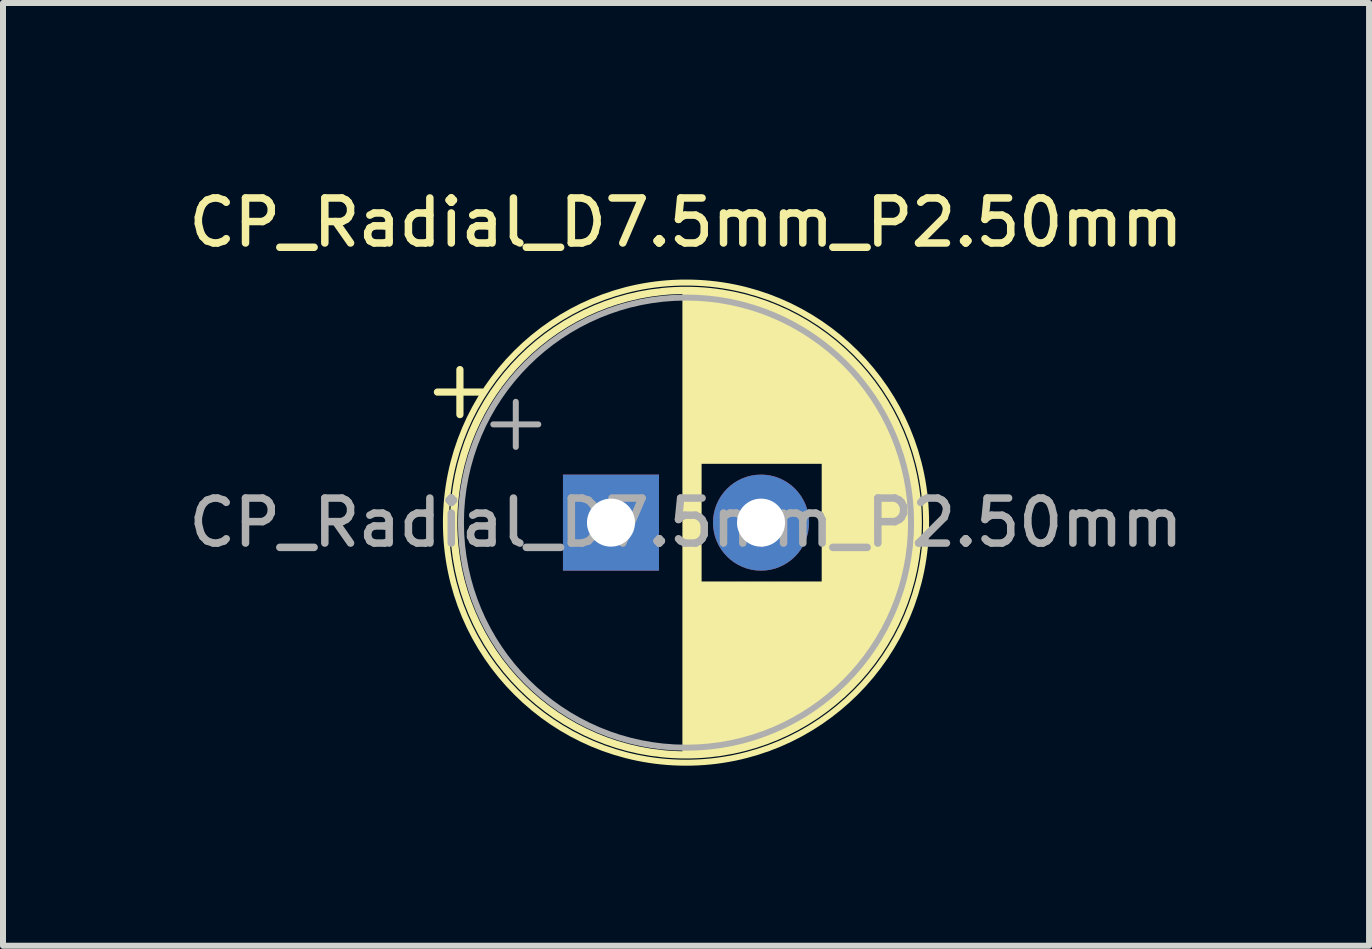
<source format=kicad_pcb>
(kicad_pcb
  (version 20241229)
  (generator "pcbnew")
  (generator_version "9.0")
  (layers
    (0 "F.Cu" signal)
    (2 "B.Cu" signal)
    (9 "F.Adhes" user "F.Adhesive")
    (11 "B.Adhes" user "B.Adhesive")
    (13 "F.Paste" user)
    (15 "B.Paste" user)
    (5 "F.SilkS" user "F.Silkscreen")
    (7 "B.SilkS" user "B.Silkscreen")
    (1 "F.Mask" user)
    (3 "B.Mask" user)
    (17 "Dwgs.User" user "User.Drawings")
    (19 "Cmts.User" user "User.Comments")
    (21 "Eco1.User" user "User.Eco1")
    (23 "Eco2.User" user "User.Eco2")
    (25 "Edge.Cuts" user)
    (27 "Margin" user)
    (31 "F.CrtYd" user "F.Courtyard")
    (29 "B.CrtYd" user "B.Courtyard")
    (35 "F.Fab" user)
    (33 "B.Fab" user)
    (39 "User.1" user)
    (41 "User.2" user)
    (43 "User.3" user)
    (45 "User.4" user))
  (footprint "CP_Radial_D7.5mm_P2.50mm"
    (layer "F.Cu")
    (at 7.13 5.658)
    (property "Reference" "CP_Radial_D7.5mm_P2.50mm" (at 1.25 -5 0) (layer "F.SilkS") (effects (font (size 0.75 0.75) (thickness 0.125))))
    (attr through_hole)
    (fp_line (start -2.892 -2.175) (end -2.142 -2.175) (stroke (width 0.12) (type solid)) (layer "F.SilkS"))
    (fp_line (start -2.517 -2.55) (end -2.517 -1.8) (stroke (width 0.12) (type solid)) (layer "F.SilkS"))
    (fp_line (start 1.25 -3.83) (end 1.25 3.83) (stroke (width 0.12) (type solid)) (layer "F.SilkS"))
    (fp_line (start 1.29 -3.83) (end 1.29 3.83) (stroke (width 0.12) (type solid)) (layer "F.SilkS"))
    (fp_line (start 1.33 -3.83) (end 1.33 3.83) (stroke (width 0.12) (type solid)) (layer "F.SilkS"))
    (fp_line (start 1.37 -3.829) (end 1.37 3.829) (stroke (width 0.12) (type solid)) (layer "F.SilkS"))
    (fp_line (start 1.41 -3.827) (end 1.41 3.827) (stroke (width 0.12) (type solid)) (layer "F.SilkS"))
    (fp_line (start 1.45 -3.825) (end 1.45 3.825) (stroke (width 0.12) (type solid)) (layer "F.SilkS"))
    (fp_line (start 1.49 -3.823) (end 1.49 -1.04) (stroke (width 0.12) (type solid)) (layer "F.SilkS"))
    (fp_line (start 1.49 1.04) (end 1.49 3.823) (stroke (width 0.12) (type solid)) (layer "F.SilkS"))
    (fp_line (start 1.53 -3.82) (end 1.53 -1.04) (stroke (width 0.12) (type solid)) (layer "F.SilkS"))
    (fp_line (start 1.53 1.04) (end 1.53 3.82) (stroke (width 0.12) (type solid)) (layer "F.SilkS"))
    (fp_line (start 1.57 -3.817) (end 1.57 -1.04) (stroke (width 0.12) (type solid)) (layer "F.SilkS"))
    (fp_line (start 1.57 1.04) (end 1.57 3.817) (stroke (width 0.12) (type solid)) (layer "F.SilkS"))
    (fp_line (start 1.61 -3.814) (end 1.61 -1.04) (stroke (width 0.12) (type solid)) (layer "F.SilkS"))
    (fp_line (start 1.61 1.04) (end 1.61 3.814) (stroke (width 0.12) (type solid)) (layer "F.SilkS"))
    (fp_line (start 1.65 -3.81) (end 1.65 -1.04) (stroke (width 0.12) (type solid)) (layer "F.SilkS"))
    (fp_line (start 1.65 1.04) (end 1.65 3.81) (stroke (width 0.12) (type solid)) (layer "F.SilkS"))
    (fp_line (start 1.69 -3.805) (end 1.69 -1.04) (stroke (width 0.12) (type solid)) (layer "F.SilkS"))
    (fp_line (start 1.69 1.04) (end 1.69 3.805) (stroke (width 0.12) (type solid)) (layer "F.SilkS"))
    (fp_line (start 1.73 -3.801) (end 1.73 -1.04) (stroke (width 0.12) (type solid)) (layer "F.SilkS"))
    (fp_line (start 1.73 1.04) (end 1.73 3.801) (stroke (width 0.12) (type solid)) (layer "F.SilkS"))
    (fp_line (start 1.77 -3.795) (end 1.77 -1.04) (stroke (width 0.12) (type solid)) (layer "F.SilkS"))
    (fp_line (start 1.77 1.04) (end 1.77 3.795) (stroke (width 0.12) (type solid)) (layer "F.SilkS"))
    (fp_line (start 1.81 -3.79) (end 1.81 -1.04) (stroke (width 0.12) (type solid)) (layer "F.SilkS"))
    (fp_line (start 1.81 1.04) (end 1.81 3.79) (stroke (width 0.12) (type solid)) (layer "F.SilkS"))
    (fp_line (start 1.85 -3.784) (end 1.85 -1.04) (stroke (width 0.12) (type solid)) (layer "F.SilkS"))
    (fp_line (start 1.85 1.04) (end 1.85 3.784) (stroke (width 0.12) (type solid)) (layer "F.SilkS"))
    (fp_line (start 1.89 -3.777) (end 1.89 -1.04) (stroke (width 0.12) (type solid)) (layer "F.SilkS"))
    (fp_line (start 1.89 1.04) (end 1.89 3.777) (stroke (width 0.12) (type solid)) (layer "F.SilkS"))
    (fp_line (start 1.93 -3.77) (end 1.93 -1.04) (stroke (width 0.12) (type solid)) (layer "F.SilkS"))
    (fp_line (start 1.93 1.04) (end 1.93 3.77) (stroke (width 0.12) (type solid)) (layer "F.SilkS"))
    (fp_line (start 1.971 -3.763) (end 1.971 -1.04) (stroke (width 0.12) (type solid)) (layer "F.SilkS"))
    (fp_line (start 1.971 1.04) (end 1.971 3.763) (stroke (width 0.12) (type solid)) (layer "F.SilkS"))
    (fp_line (start 2.011 -3.755) (end 2.011 -1.04) (stroke (width 0.12) (type solid)) (layer "F.SilkS"))
    (fp_line (start 2.011 1.04) (end 2.011 3.755) (stroke (width 0.12) (type solid)) (layer "F.SilkS"))
    (fp_line (start 2.051 -3.747) (end 2.051 -1.04) (stroke (width 0.12) (type solid)) (layer "F.SilkS"))
    (fp_line (start 2.051 1.04) (end 2.051 3.747) (stroke (width 0.12) (type solid)) (layer "F.SilkS"))
    (fp_line (start 2.091 -3.738) (end 2.091 -1.04) (stroke (width 0.12) (type solid)) (layer "F.SilkS"))
    (fp_line (start 2.091 1.04) (end 2.091 3.738) (stroke (width 0.12) (type solid)) (layer "F.SilkS"))
    (fp_line (start 2.131 -3.729) (end 2.131 -1.04) (stroke (width 0.12) (type solid)) (layer "F.SilkS"))
    (fp_line (start 2.131 1.04) (end 2.131 3.729) (stroke (width 0.12) (type solid)) (layer "F.SilkS"))
    (fp_line (start 2.171 -3.72) (end 2.171 -1.04) (stroke (width 0.12) (type solid)) (layer "F.SilkS"))
    (fp_line (start 2.171 1.04) (end 2.171 3.72) (stroke (width 0.12) (type solid)) (layer "F.SilkS"))
    (fp_line (start 2.211 -3.71) (end 2.211 -1.04) (stroke (width 0.12) (type solid)) (layer "F.SilkS"))
    (fp_line (start 2.211 1.04) (end 2.211 3.71) (stroke (width 0.12) (type solid)) (layer "F.SilkS"))
    (fp_line (start 2.251 -3.699) (end 2.251 -1.04) (stroke (width 0.12) (type solid)) (layer "F.SilkS"))
    (fp_line (start 2.251 1.04) (end 2.251 3.699) (stroke (width 0.12) (type solid)) (layer "F.SilkS"))
    (fp_line (start 2.291 -3.688) (end 2.291 -1.04) (stroke (width 0.12) (type solid)) (layer "F.SilkS"))
    (fp_line (start 2.291 1.04) (end 2.291 3.688) (stroke (width 0.12) (type solid)) (layer "F.SilkS"))
    (fp_line (start 2.331 -3.677) (end 2.331 -1.04) (stroke (width 0.12) (type solid)) (layer "F.SilkS"))
    (fp_line (start 2.331 1.04) (end 2.331 3.677) (stroke (width 0.12) (type solid)) (layer "F.SilkS"))
    (fp_line (start 2.371 -3.665) (end 2.371 -1.04) (stroke (width 0.12) (type solid)) (layer "F.SilkS"))
    (fp_line (start 2.371 1.04) (end 2.371 3.665) (stroke (width 0.12) (type solid)) (layer "F.SilkS"))
    (fp_line (start 2.411 -3.653) (end 2.411 -1.04) (stroke (width 0.12) (type solid)) (layer "F.SilkS"))
    (fp_line (start 2.411 1.04) (end 2.411 3.653) (stroke (width 0.12) (type solid)) (layer "F.SilkS"))
    (fp_line (start 2.451 -3.64) (end 2.451 -1.04) (stroke (width 0.12) (type solid)) (layer "F.SilkS"))
    (fp_line (start 2.451 1.04) (end 2.451 3.64) (stroke (width 0.12) (type solid)) (layer "F.SilkS"))
    (fp_line (start 2.491 -3.626) (end 2.491 -1.04) (stroke (width 0.12) (type solid)) (layer "F.SilkS"))
    (fp_line (start 2.491 1.04) (end 2.491 3.626) (stroke (width 0.12) (type solid)) (layer "F.SilkS"))
    (fp_line (start 2.531 -3.613) (end 2.531 -1.04) (stroke (width 0.12) (type solid)) (layer "F.SilkS"))
    (fp_line (start 2.531 1.04) (end 2.531 3.613) (stroke (width 0.12) (type solid)) (layer "F.SilkS"))
    (fp_line (start 2.571 -3.598) (end 2.571 -1.04) (stroke (width 0.12) (type solid)) (layer "F.SilkS"))
    (fp_line (start 2.571 1.04) (end 2.571 3.598) (stroke (width 0.12) (type solid)) (layer "F.SilkS"))
    (fp_line (start 2.611 -3.584) (end 2.611 -1.04) (stroke (width 0.12) (type solid)) (layer "F.SilkS"))
    (fp_line (start 2.611 1.04) (end 2.611 3.584) (stroke (width 0.12) (type solid)) (layer "F.SilkS"))
    (fp_line (start 2.651 -3.568) (end 2.651 -1.04) (stroke (width 0.12) (type solid)) (layer "F.SilkS"))
    (fp_line (start 2.651 1.04) (end 2.651 3.568) (stroke (width 0.12) (type solid)) (layer "F.SilkS"))
    (fp_line (start 2.691 -3.553) (end 2.691 -1.04) (stroke (width 0.12) (type solid)) (layer "F.SilkS"))
    (fp_line (start 2.691 1.04) (end 2.691 3.553) (stroke (width 0.12) (type solid)) (layer "F.SilkS"))
    (fp_line (start 2.731 -3.536) (end 2.731 -1.04) (stroke (width 0.12) (type solid)) (layer "F.SilkS"))
    (fp_line (start 2.731 1.04) (end 2.731 3.536) (stroke (width 0.12) (type solid)) (layer "F.SilkS"))
    (fp_line (start 2.771 -3.52) (end 2.771 -1.04) (stroke (width 0.12) (type solid)) (layer "F.SilkS"))
    (fp_line (start 2.771 1.04) (end 2.771 3.52) (stroke (width 0.12) (type solid)) (layer "F.SilkS"))
    (fp_line (start 2.811 -3.502) (end 2.811 -1.04) (stroke (width 0.12) (type solid)) (layer "F.SilkS"))
    (fp_line (start 2.811 1.04) (end 2.811 3.502) (stroke (width 0.12) (type solid)) (layer "F.SilkS"))
    (fp_line (start 2.851 -3.484) (end 2.851 -1.04) (stroke (width 0.12) (type solid)) (layer "F.SilkS"))
    (fp_line (start 2.851 1.04) (end 2.851 3.484) (stroke (width 0.12) (type solid)) (layer "F.SilkS"))
    (fp_line (start 2.891 -3.466) (end 2.891 -1.04) (stroke (width 0.12) (type solid)) (layer "F.SilkS"))
    (fp_line (start 2.891 1.04) (end 2.891 3.466) (stroke (width 0.12) (type solid)) (layer "F.SilkS"))
    (fp_line (start 2.931 -3.447) (end 2.931 -1.04) (stroke (width 0.12) (type solid)) (layer "F.SilkS"))
    (fp_line (start 2.931 1.04) (end 2.931 3.447) (stroke (width 0.12) (type solid)) (layer "F.SilkS"))
    (fp_line (start 2.971 -3.427) (end 2.971 -1.04) (stroke (width 0.12) (type solid)) (layer "F.SilkS"))
    (fp_line (start 2.971 1.04) (end 2.971 3.427) (stroke (width 0.12) (type solid)) (layer "F.SilkS"))
    (fp_line (start 3.011 -3.407) (end 3.011 -1.04) (stroke (width 0.12) (type solid)) (layer "F.SilkS"))
    (fp_line (start 3.011 1.04) (end 3.011 3.407) (stroke (width 0.12) (type solid)) (layer "F.SilkS"))
    (fp_line (start 3.051 -3.386) (end 3.051 -1.04) (stroke (width 0.12) (type solid)) (layer "F.SilkS"))
    (fp_line (start 3.051 1.04) (end 3.051 3.386) (stroke (width 0.12) (type solid)) (layer "F.SilkS"))
    (fp_line (start 3.091 -3.365) (end 3.091 -1.04) (stroke (width 0.12) (type solid)) (layer "F.SilkS"))
    (fp_line (start 3.091 1.04) (end 3.091 3.365) (stroke (width 0.12) (type solid)) (layer "F.SilkS"))
    (fp_line (start 3.131 -3.343) (end 3.131 -1.04) (stroke (width 0.12) (type solid)) (layer "F.SilkS"))
    (fp_line (start 3.131 1.04) (end 3.131 3.343) (stroke (width 0.12) (type solid)) (layer "F.SilkS"))
    (fp_line (start 3.171 -3.321) (end 3.171 -1.04) (stroke (width 0.12) (type solid)) (layer "F.SilkS"))
    (fp_line (start 3.171 1.04) (end 3.171 3.321) (stroke (width 0.12) (type solid)) (layer "F.SilkS"))
    (fp_line (start 3.211 -3.297) (end 3.211 -1.04) (stroke (width 0.12) (type solid)) (layer "F.SilkS"))
    (fp_line (start 3.211 1.04) (end 3.211 3.297) (stroke (width 0.12) (type solid)) (layer "F.SilkS"))
    (fp_line (start 3.251 -3.274) (end 3.251 -1.04) (stroke (width 0.12) (type solid)) (layer "F.SilkS"))
    (fp_line (start 3.251 1.04) (end 3.251 3.274) (stroke (width 0.12) (type solid)) (layer "F.SilkS"))
    (fp_line (start 3.291 -3.249) (end 3.291 -1.04) (stroke (width 0.12) (type solid)) (layer "F.SilkS"))
    (fp_line (start 3.291 1.04) (end 3.291 3.249) (stroke (width 0.12) (type solid)) (layer "F.SilkS"))
    (fp_line (start 3.331 -3.224) (end 3.331 -1.04) (stroke (width 0.12) (type solid)) (layer "F.SilkS"))
    (fp_line (start 3.331 1.04) (end 3.331 3.224) (stroke (width 0.12) (type solid)) (layer "F.SilkS"))
    (fp_line (start 3.371 -3.198) (end 3.371 -1.04) (stroke (width 0.12) (type solid)) (layer "F.SilkS"))
    (fp_line (start 3.371 1.04) (end 3.371 3.198) (stroke (width 0.12) (type solid)) (layer "F.SilkS"))
    (fp_line (start 3.411 -3.172) (end 3.411 -1.04) (stroke (width 0.12) (type solid)) (layer "F.SilkS"))
    (fp_line (start 3.411 1.04) (end 3.411 3.172) (stroke (width 0.12) (type solid)) (layer "F.SilkS"))
    (fp_line (start 3.451 -3.144) (end 3.451 -1.04) (stroke (width 0.12) (type solid)) (layer "F.SilkS"))
    (fp_line (start 3.451 1.04) (end 3.451 3.144) (stroke (width 0.12) (type solid)) (layer "F.SilkS"))
    (fp_line (start 3.491 -3.116) (end 3.491 -1.04) (stroke (width 0.12) (type solid)) (layer "F.SilkS"))
    (fp_line (start 3.491 1.04) (end 3.491 3.116) (stroke (width 0.12) (type solid)) (layer "F.SilkS"))
    (fp_line (start 3.531 -3.088) (end 3.531 -1.04) (stroke (width 0.12) (type solid)) (layer "F.SilkS"))
    (fp_line (start 3.531 1.04) (end 3.531 3.088) (stroke (width 0.12) (type solid)) (layer "F.SilkS"))
    (fp_line (start 3.571 -3.058) (end 3.571 3.058) (stroke (width 0.12) (type solid)) (layer "F.SilkS"))
    (fp_line (start 3.611 -3.028) (end 3.611 3.028) (stroke (width 0.12) (type solid)) (layer "F.SilkS"))
    (fp_line (start 3.651 -2.996) (end 3.651 2.996) (stroke (width 0.12) (type solid)) (layer "F.SilkS"))
    (fp_line (start 3.691 -2.964) (end 3.691 2.964) (stroke (width 0.12) (type solid)) (layer "F.SilkS"))
    (fp_line (start 3.731 -2.931) (end 3.731 2.931) (stroke (width 0.12) (type solid)) (layer "F.SilkS"))
    (fp_line (start 3.771 -2.898) (end 3.771 2.898) (stroke (width 0.12) (type solid)) (layer "F.SilkS"))
    (fp_line (start 3.811 -2.863) (end 3.811 2.863) (stroke (width 0.12) (type solid)) (layer "F.SilkS"))
    (fp_line (start 3.851 -2.827) (end 3.851 2.827) (stroke (width 0.12) (type solid)) (layer "F.SilkS"))
    (fp_line (start 3.891 -2.79) (end 3.891 2.79) (stroke (width 0.12) (type solid)) (layer "F.SilkS"))
    (fp_line (start 3.931 -2.752) (end 3.931 2.752) (stroke (width 0.12) (type solid)) (layer "F.SilkS"))
    (fp_line (start 3.971 -2.713) (end 3.971 2.713) (stroke (width 0.12) (type solid)) (layer "F.SilkS"))
    (fp_line (start 4.011 -2.673) (end 4.011 2.673) (stroke (width 0.12) (type solid)) (layer "F.SilkS"))
    (fp_line (start 4.051 -2.632) (end 4.051 2.632) (stroke (width 0.12) (type solid)) (layer "F.SilkS"))
    (fp_line (start 4.091 -2.589) (end 4.091 2.589) (stroke (width 0.12) (type solid)) (layer "F.SilkS"))
    (fp_line (start 4.131 -2.546) (end 4.131 2.546) (stroke (width 0.12) (type solid)) (layer "F.SilkS"))
    (fp_line (start 4.171 -2.5) (end 4.171 2.5) (stroke (width 0.12) (type solid)) (layer "F.SilkS"))
    (fp_line (start 4.211 -2.454) (end 4.211 2.454) (stroke (width 0.12) (type solid)) (layer "F.SilkS"))
    (fp_line (start 4.251 -2.405) (end 4.251 2.405) (stroke (width 0.12) (type solid)) (layer "F.SilkS"))
    (fp_line (start 4.291 -2.355) (end 4.291 2.355) (stroke (width 0.12) (type solid)) (layer "F.SilkS"))
    (fp_line (start 4.331 -2.304) (end 4.331 2.304) (stroke (width 0.12) (type solid)) (layer "F.SilkS"))
    (fp_line (start 4.371 -2.25) (end 4.371 2.25) (stroke (width 0.12) (type solid)) (layer "F.SilkS"))
    (fp_line (start 4.411 -2.195) (end 4.411 2.195) (stroke (width 0.12) (type solid)) (layer "F.SilkS"))
    (fp_line (start 4.451 -2.137) (end 4.451 2.137) (stroke (width 0.12) (type solid)) (layer "F.SilkS"))
    (fp_line (start 4.491 -2.077) (end 4.491 2.077) (stroke (width 0.12) (type solid)) (layer "F.SilkS"))
    (fp_line (start 4.531 -2.014) (end 4.531 2.014) (stroke (width 0.12) (type solid)) (layer "F.SilkS"))
    (fp_line (start 4.571 -1.949) (end 4.571 1.949) (stroke (width 0.12) (type solid)) (layer "F.SilkS"))
    (fp_line (start 4.611 -1.881) (end 4.611 1.881) (stroke (width 0.12) (type solid)) (layer "F.SilkS"))
    (fp_line (start 4.651 -1.809) (end 4.651 1.809) (stroke (width 0.12) (type solid)) (layer "F.SilkS"))
    (fp_line (start 4.691 -1.733) (end 4.691 1.733) (stroke (width 0.12) (type solid)) (layer "F.SilkS"))
    (fp_line (start 4.731 -1.654) (end 4.731 1.654) (stroke (width 0.12) (type solid)) (layer "F.SilkS"))
    (fp_line (start 4.771 -1.569) (end 4.771 1.569) (stroke (width 0.12) (type solid)) (layer "F.SilkS"))
    (fp_line (start 4.811 -1.478) (end 4.811 1.478) (stroke (width 0.12) (type solid)) (layer "F.SilkS"))
    (fp_line (start 4.851 -1.381) (end 4.851 1.381) (stroke (width 0.12) (type solid)) (layer "F.SilkS"))
    (fp_line (start 4.891 -1.275) (end 4.891 1.275) (stroke (width 0.12) (type solid)) (layer "F.SilkS"))
    (fp_line (start 4.931 -1.158) (end 4.931 1.158) (stroke (width 0.12) (type solid)) (layer "F.SilkS"))
    (fp_line (start 4.971 -1.028) (end 4.971 1.028) (stroke (width 0.12) (type solid)) (layer "F.SilkS"))
    (fp_line (start 5.011 -0.877) (end 5.011 0.877) (stroke (width 0.12) (type solid)) (layer "F.SilkS"))
    (fp_line (start 5.051 -0.693) (end 5.051 0.693) (stroke (width 0.12) (type solid)) (layer "F.SilkS"))
    (fp_line (start 5.091 -0.441) (end 5.091 0.441) (stroke (width 0.12) (type solid)) (layer "F.SilkS"))
    (fp_circle (center 1.25 0) (end 5.12 0) (stroke (width 0.12) (type solid)) (fill no) (layer "F.SilkS"))
    (fp_circle (center 1.25 0) (end 5.25 0) (stroke (width 0.1) (type solid)) (fill no) (layer "F.SilkS"))
    (fp_line (start -1.961 -1.637) (end -1.211 -1.637) (stroke (width 0.1) (type solid)) (layer "F.Fab"))
    (fp_line (start -1.586 -2.013) (end -1.586 -1.262) (stroke (width 0.1) (type solid)) (layer "F.Fab"))
    (fp_circle (center 1.25 0) (end 5 0) (stroke (width 0.1) (type solid)) (fill no) (layer "F.Fab"))
    (fp_text user "${REFERENCE}" (at 1.25 0 0) (layer "F.Fab") (effects (font (size 0.75 0.75) (thickness 0.125))))
    (pad "1" thru_hole rect (at 0 0) (size 1.6 1.6) (drill 0.8) (layers "*.Cu" "*.Mask"))
    (pad "2" thru_hole circle (at 2.5 0) (size 1.6 1.6) (drill 0.8) (layers "*.Cu" "*.Mask")))
  (gr_rect
    (start -3 -3)
    (end 19.761 12.708)
    (stroke (width 0.1) (type default))
    (fill no)
    (layer "Edge.Cuts")))
</source>
